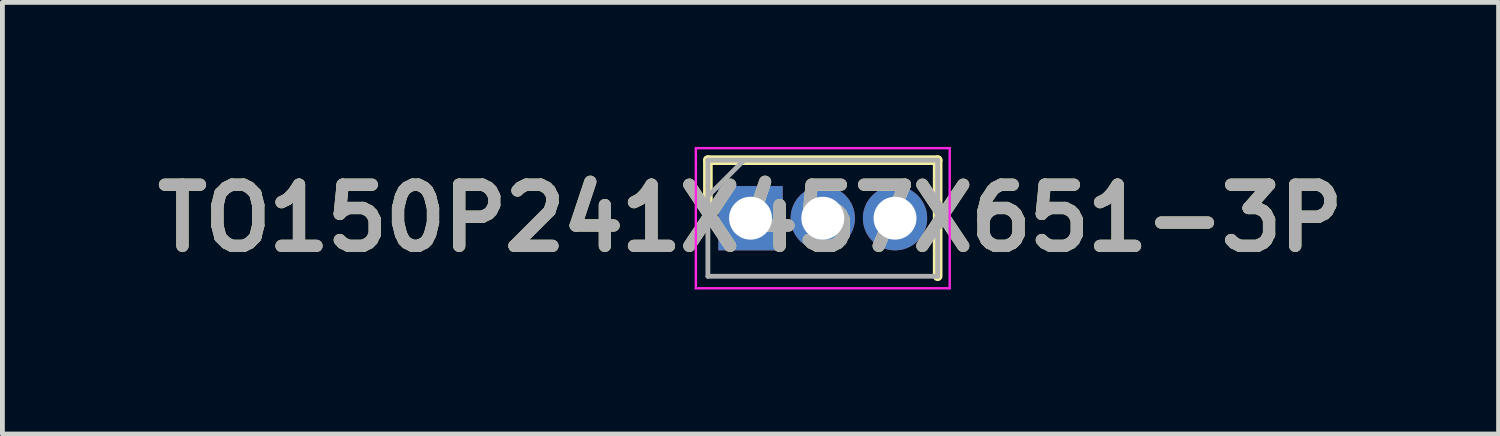
<source format=kicad_pcb>
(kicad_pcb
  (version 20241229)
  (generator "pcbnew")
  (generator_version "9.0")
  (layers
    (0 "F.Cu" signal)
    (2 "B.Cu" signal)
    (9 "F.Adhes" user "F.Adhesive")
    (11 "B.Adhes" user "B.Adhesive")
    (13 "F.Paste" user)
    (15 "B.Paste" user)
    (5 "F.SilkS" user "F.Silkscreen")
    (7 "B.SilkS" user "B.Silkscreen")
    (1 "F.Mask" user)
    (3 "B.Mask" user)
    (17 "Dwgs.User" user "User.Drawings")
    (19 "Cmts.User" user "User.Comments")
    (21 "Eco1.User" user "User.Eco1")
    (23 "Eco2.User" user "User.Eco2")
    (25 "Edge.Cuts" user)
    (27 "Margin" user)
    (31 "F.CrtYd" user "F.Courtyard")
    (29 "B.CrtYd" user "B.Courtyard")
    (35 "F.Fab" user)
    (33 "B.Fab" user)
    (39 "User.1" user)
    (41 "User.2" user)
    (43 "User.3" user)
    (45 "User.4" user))
  (footprint "TO150P241X457X651-3P"
    (layer "F.Cu")
    (at 12.531 1.48)
    (property "Reference" "TO150P241X457X651-3P" (at 0 0 0) (layer "F.SilkS") (effects (font (size 1.27 1.27) (thickness 0.254))))
    (attr through_hole)
    (fp_line (start -0.885 -1.205) (end -0.885 0) (stroke (width 0.2) (type solid)) (layer "F.SilkS"))
    (fp_line (start 3.885 -1.205) (end -0.885 -1.205) (stroke (width 0.2) (type solid)) (layer "F.SilkS"))
    (fp_line (start 3.885 1.205) (end 3.885 -1.205) (stroke (width 0.2) (type solid)) (layer "F.SilkS"))
    (fp_line (start -1.135 -1.455) (end 4.135 -1.455) (stroke (width 0.05) (type solid)) (layer "F.CrtYd"))
    (fp_line (start -1.135 1.455) (end -1.135 -1.455) (stroke (width 0.05) (type solid)) (layer "F.CrtYd"))
    (fp_line (start 4.135 -1.455) (end 4.135 1.455) (stroke (width 0.05) (type solid)) (layer "F.CrtYd"))
    (fp_line (start 4.135 1.455) (end -1.135 1.455) (stroke (width 0.05) (type solid)) (layer "F.CrtYd"))
    (fp_line (start -0.885 -1.205) (end 3.885 -1.205) (stroke (width 0.1) (type solid)) (layer "F.Fab"))
    (fp_line (start -0.885 -0.455) (end -0.135 -1.205) (stroke (width 0.1) (type solid)) (layer "F.Fab"))
    (fp_line (start -0.885 1.205) (end -0.885 -1.205) (stroke (width 0.1) (type solid)) (layer "F.Fab"))
    (fp_line (start 3.885 -1.205) (end 3.885 1.205) (stroke (width 0.1) (type solid)) (layer "F.Fab"))
    (fp_line (start 3.885 1.205) (end -0.885 1.205) (stroke (width 0.1) (type solid)) (layer "F.Fab"))
    (fp_text user "${REFERENCE}" (at 0 0 0) (layer "F.Fab") (effects (font (size 1.27 1.27) (thickness 0.254))))
    (pad "1" thru_hole rect (at 0 0) (size 1.335 1.335) (drill 0.89) (layers "*.Cu" "*.Mask"))
    (pad "2" thru_hole circle (at 1.5 0) (size 1.335 1.335) (drill 0.89) (layers "*.Cu" "*.Mask"))
    (pad "3" thru_hole circle (at 3 0) (size 1.335 1.335) (drill 0.89) (layers "*.Cu" "*.Mask")))
  (gr_rect
    (start -3 -3)
    (end 28.061 5.96)
    (stroke (width 0.1) (type default))
    (fill no)
    (layer "Edge.Cuts")))
</source>
